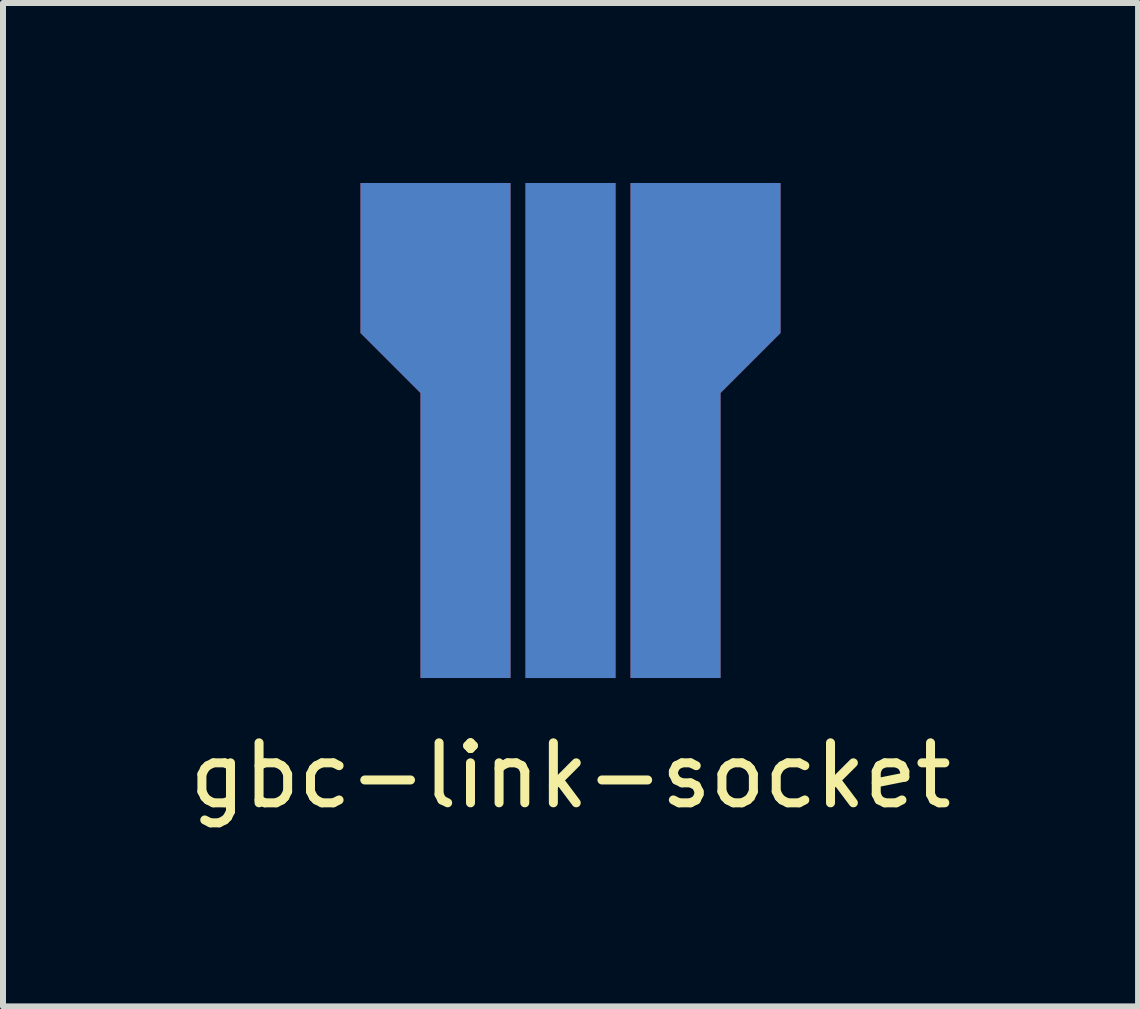
<source format=kicad_pcb>
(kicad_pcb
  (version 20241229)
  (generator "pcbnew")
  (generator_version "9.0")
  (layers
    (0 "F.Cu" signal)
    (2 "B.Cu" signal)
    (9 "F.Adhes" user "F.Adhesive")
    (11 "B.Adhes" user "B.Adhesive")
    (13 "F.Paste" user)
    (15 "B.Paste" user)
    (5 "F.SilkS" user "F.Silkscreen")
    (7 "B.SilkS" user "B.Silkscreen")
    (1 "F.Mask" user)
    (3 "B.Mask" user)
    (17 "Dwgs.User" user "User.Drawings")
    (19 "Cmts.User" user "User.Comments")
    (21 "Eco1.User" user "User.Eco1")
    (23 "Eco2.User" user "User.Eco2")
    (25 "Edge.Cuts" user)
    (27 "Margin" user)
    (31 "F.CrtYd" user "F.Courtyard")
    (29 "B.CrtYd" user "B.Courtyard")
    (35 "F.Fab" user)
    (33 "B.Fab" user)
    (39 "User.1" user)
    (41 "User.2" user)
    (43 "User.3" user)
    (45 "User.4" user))
  (footprint "gbc-link-socket"
    (layer "F.Cu")
    (at 6.458 5.75)
    (property "Reference" "gbc-link-socket" (at 0 4.125 0) (layer "F.SilkS") (effects (font (size 1 1) (thickness 0.15))))
    (attr through_hole)
    (pad "1" connect custom (at -1.75 0.125) (size 1.5 4.75) (layers "B.Cu" "B.Mask") (options (anchor rect)) (primitives (gr_poly (pts (xy -0.75 -2.125) (xy -0.75 -2.375) (xy -1.75 -3.375) (xy -1.75 -5.875) (xy 0.75 -5.875) (xy 0.75 -2.125)) (width 0) (fill yes))))
    (pad "2" connect custom (at -1.75 0.125) (size 1.5 4.75) (layers "F.Cu" "F.Mask") (options (anchor rect)) (primitives (gr_poly (pts (xy -0.75 -2.125) (xy -0.75 -2.375) (xy -1.75 -3.375) (xy -1.75 -5.875) (xy 0.75 -5.875) (xy 0.75 -2.125)) (width 0) (fill yes))))
    (pad "3" connect rect (at 0 -1.625) (size 1.5 8.25) (layers "B.Cu" "B.Mask"))
    (pad "4" connect rect (at 0 -1.625) (size 1.5 8.25) (layers "F.Cu" "F.Mask"))
    (pad "5" connect custom (at 1.75 0.125) (size 1.5 4.75) (layers "B.Cu" "B.Mask") (options (anchor rect)) (primitives (gr_poly (pts (xy 0.75 -2.125) (xy 0.75 -2.375) (xy 1.75 -3.375) (xy 1.75 -5.875) (xy -0.75 -5.875) (xy -0.75 -2.125)) (width 0) (fill yes))))
    (pad "6" connect custom (at 1.75 0.125) (size 1.5 4.75) (layers "F.Cu" "F.Mask") (options (anchor rect)) (primitives (gr_poly (pts (xy 0.75 -2.125) (xy 0.75 -2.375) (xy 1.75 -3.375) (xy 1.75 -5.875) (xy -0.75 -5.875) (xy -0.75 -2.125)) (width 0) (fill yes)))))
  (gr_rect
    (start -3 -3)
    (end 15.917 13.723)
    (stroke (width 0.1) (type default))
    (fill no)
    (layer "Edge.Cuts")))
</source>
